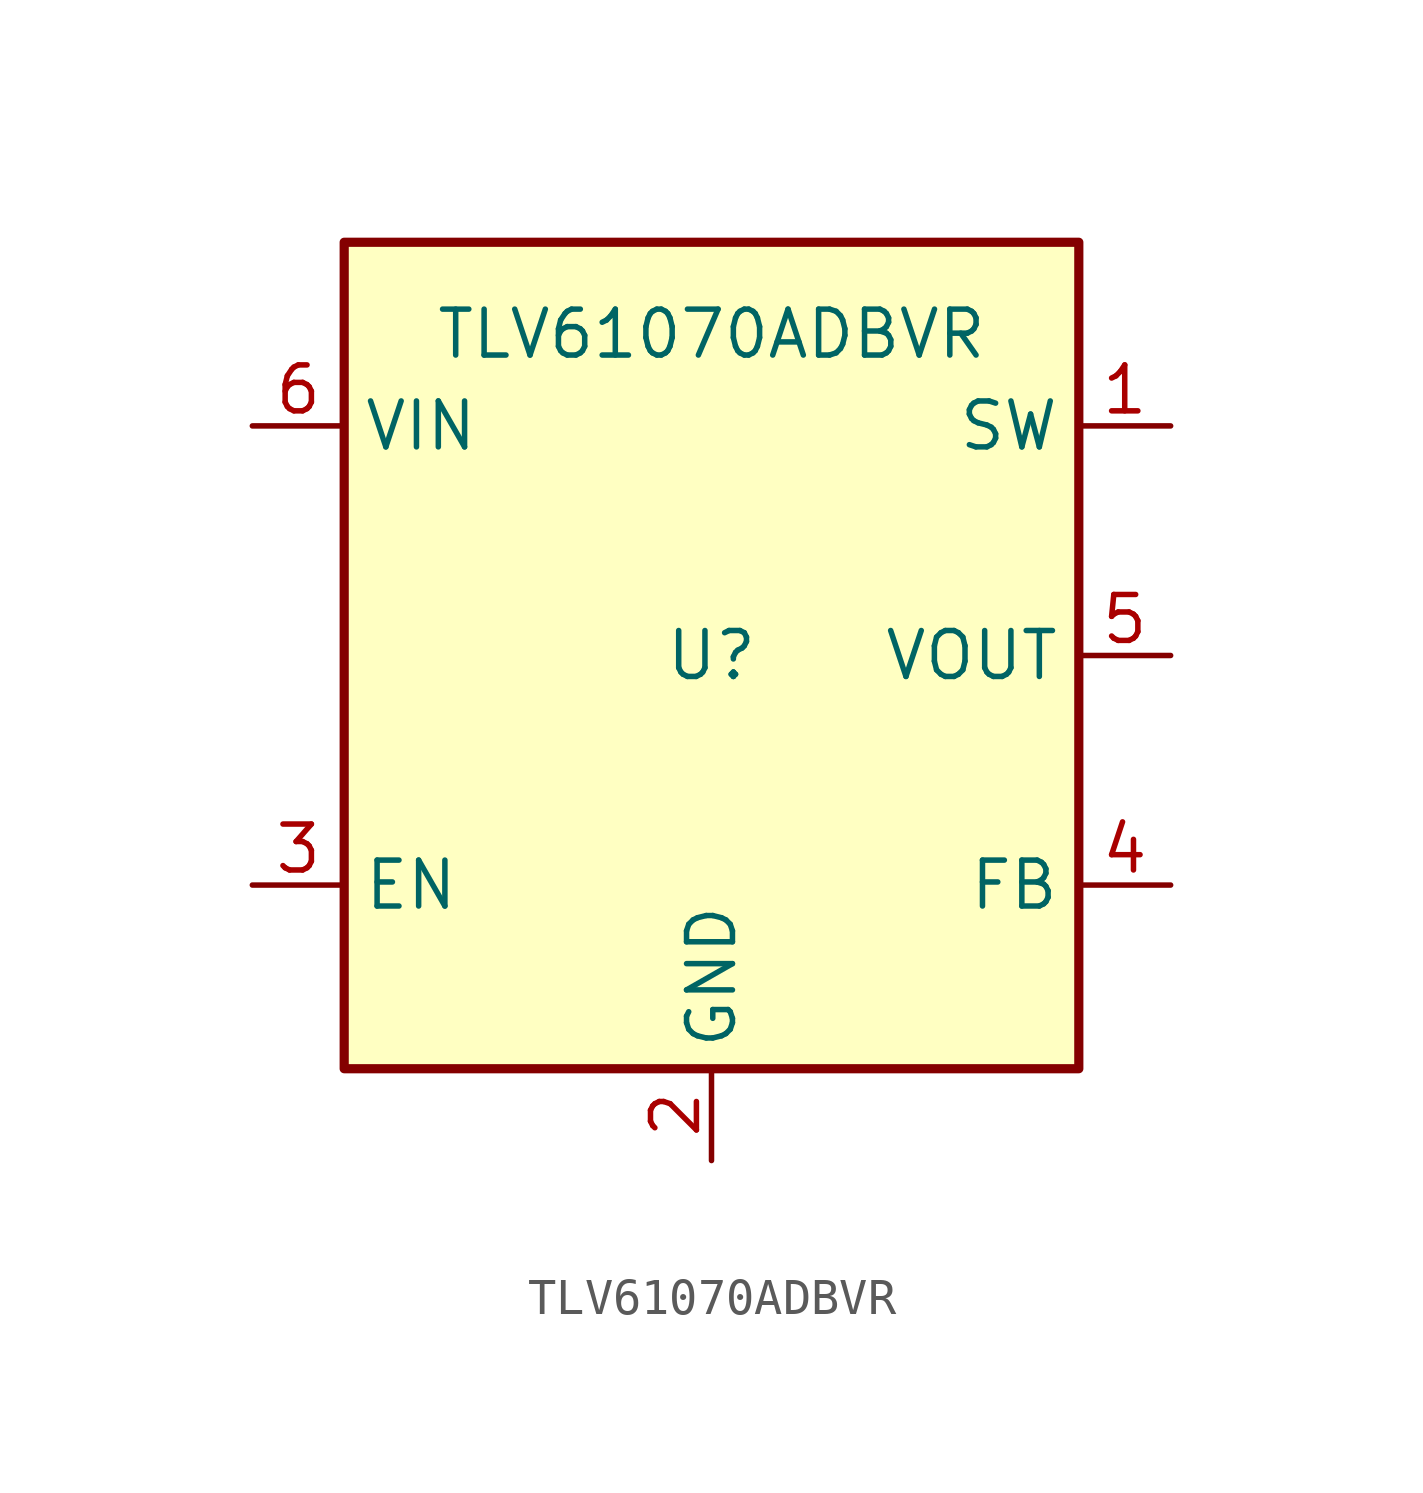
<source format=kicad_sym>
(kicad_symbol_lib
  (version 20231120)
  (generator "kicad_symbol_editor")
  (generator_version "8.0")
  (symbol "TLV61070ADBVR"
    (property "Reference" "U"
      (at 0 0 0)
      (effects (font (size 1.27 1.27))))
    (property "Value" "TLV61070ADBVR"
      (at 0 8.89 0)
      (effects (font (size 1.27 1.27))))
    (symbol "TLV61070ADBVR_0_1"
      (rectangle (start -10.16 11.43) (end 10.16 -11.43) (stroke (width 0.254) (type default)) (fill (type background))))
    (symbol "TLV61070ADBVR_1_1"
      (pin power_in line (at 12.7 6.35 180) (length 2.54) (name "SW" (effects (font (size 1.27 1.27)))) (number "1" (effects (font (size 1.27 1.27)))))
      (pin power_in line (at 0 -13.97 90) (length 2.54) (name "GND" (effects (font (size 1.27 1.27)))) (number "2" (effects (font (size 1.27 1.27)))))
      (pin input line (at -12.7 -6.35 0) (length 2.54) (name "EN" (effects (font (size 1.27 1.27)))) (number "3" (effects (font (size 1.27 1.27)))))
      (pin power_in line (at 12.7 -6.35 180) (length 2.54) (name "FB" (effects (font (size 1.27 1.27)))) (number "4" (effects (font (size 1.27 1.27)))))
      (pin power_out line (at 12.7 0 180) (length 2.54) (name "VOUT" (effects (font (size 1.27 1.27)))) (number "5" (effects (font (size 1.27 1.27)))))
      (pin power_in line (at -12.7 6.35 0) (length 2.54) (name "VIN" (effects (font (size 1.27 1.27)))) (number "6" (effects (font (size 1.27 1.27))))))))
</source>
